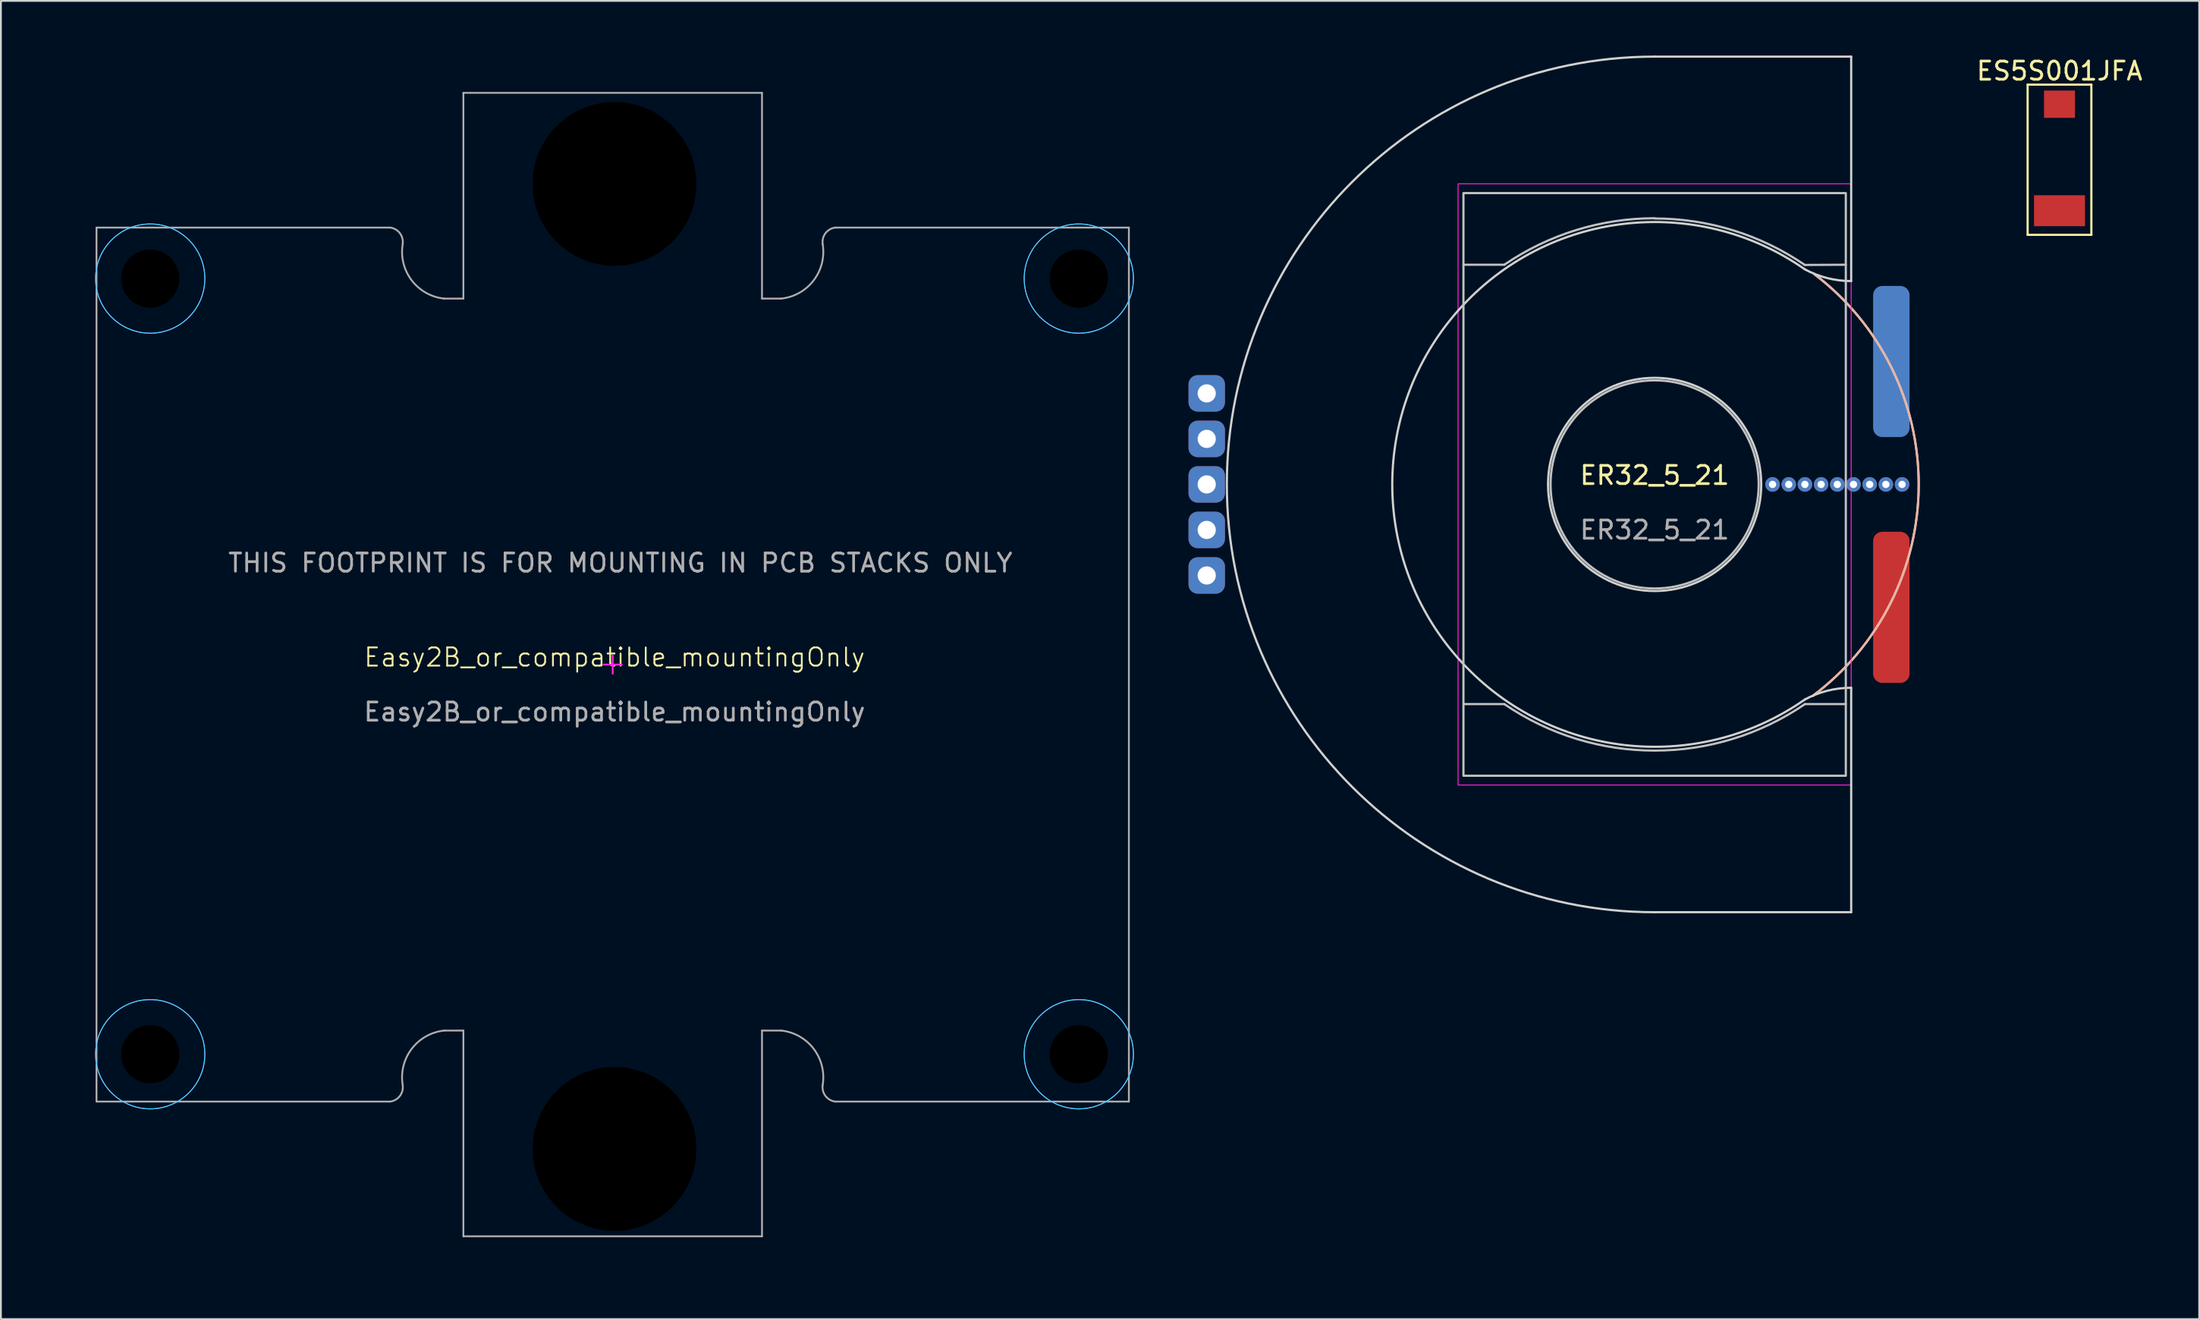
<source format=kicad_pcb>
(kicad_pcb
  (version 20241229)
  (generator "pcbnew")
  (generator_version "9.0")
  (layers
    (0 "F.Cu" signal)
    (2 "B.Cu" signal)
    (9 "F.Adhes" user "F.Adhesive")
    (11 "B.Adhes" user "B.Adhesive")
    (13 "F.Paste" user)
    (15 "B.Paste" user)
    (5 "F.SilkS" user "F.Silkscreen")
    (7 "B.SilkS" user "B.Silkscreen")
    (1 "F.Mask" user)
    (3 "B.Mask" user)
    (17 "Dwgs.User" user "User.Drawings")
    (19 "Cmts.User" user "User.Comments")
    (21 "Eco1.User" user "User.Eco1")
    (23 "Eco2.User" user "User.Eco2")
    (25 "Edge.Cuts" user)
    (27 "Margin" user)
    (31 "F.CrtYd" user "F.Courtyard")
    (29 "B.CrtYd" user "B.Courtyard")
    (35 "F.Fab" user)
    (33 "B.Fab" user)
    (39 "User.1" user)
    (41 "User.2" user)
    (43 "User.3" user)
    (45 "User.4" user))
  (footprint "ER32_5_21"
    (layer "F.Cu")
    (at 87.825 23.555)
    (property "Reference" "ER32_5_21" (at 0 -0.5 0) (unlocked yes) (layer "F.SilkS") (effects (font (size 1 1) (thickness 0.15))))
    (fp_arc (start 8.763 -11.557) (mid 14.503511 0.050867) (end 8.681719 11.618183) (stroke (width 0.12) (type solid)) (layer "F.SilkS"))
    (fp_arc (start 8.763 -11.557) (mid 14.503511 0.050867) (end 8.681719 11.618183) (stroke (width 0.12) (type solid)) (layer "B.SilkS"))
    (fp_line (start -8.255 -12.065) (end -10.5 -12.065) (stroke (width 0.12) (type solid)) (layer "Dwgs.User"))
    (fp_line (start -8.255 12.065) (end -10.5 12.065) (stroke (width 0.12) (type solid)) (layer "Dwgs.User"))
    (fp_line (start 8.247 -12.054) (end 10.5 -12.065) (stroke (width 0.12) (type solid)) (layer "Dwgs.User"))
    (fp_line (start 8.255 12.065) (end 10.5 12.065) (stroke (width 0.12) (type solid)) (layer "Dwgs.User"))
    (fp_rect (start -10.5 -16) (end 10.5 16) (stroke (width 0.12) (type solid)) (fill no) (layer "Dwgs.User"))
    (fp_arc (start -8.255 -12.064999) (mid -4.320501 -13.965762) (end 0 -14.618797) (stroke (width 0.12) (type solid)) (layer "Dwgs.User"))
    (fp_arc (start 0 -14.605) (mid 4.316423 -13.952581) (end 8.247209 -12.053613) (stroke (width 0.12) (type solid)) (layer "Dwgs.User"))
    (fp_arc (start 8.255 12.064999) (mid 0 14.618797) (end -8.255 12.064999) (stroke (width 0.12) (type solid)) (layer "Dwgs.User"))
    (fp_circle (center 0 0) (end 5.715 0) (stroke (width 0.12) (type solid)) (fill no) (layer "Dwgs.User"))
    (fp_line (start 0 -23.495) (end 10.795 -23.495) (stroke (width 0.12) (type solid)) (layer "Edge.Cuts"))
    (fp_line (start 0 23.495) (end 10.795 23.495) (stroke (width 0.12) (type solid)) (layer "Edge.Cuts"))
    (fp_line (start 10.795 -11.168) (end 10.795 -23.495) (stroke (width 0.12) (type solid)) (layer "Edge.Cuts"))
    (fp_line (start 10.795 11.168) (end 10.795 23.495) (stroke (width 0.12) (type solid)) (layer "Edge.Cuts"))
    (fp_arc (start 0 23.495) (mid -23.495 0) (end 0 -23.495) (stroke (width 0.12) (type solid)) (layer "Edge.Cuts"))
    (fp_arc (start 8.255 11.810999) (mid -14.409883 0) (end 8.255 -11.810999) (stroke (width 0.12) (type solid)) (layer "Edge.Cuts"))
    (fp_arc (start 8.255 11.810999) (mid 9.484993 11.331574) (end 10.795 11.168445) (stroke (width 0.12) (type solid)) (layer "Edge.Cuts"))
    (fp_arc (start 10.795 -11.168445) (mid 9.484993 -11.331574) (end 8.255 -11.810999) (stroke (width 0.12) (type solid)) (layer "Edge.Cuts"))
    (fp_circle (center 0 0) (end 5.715 -1.27) (stroke (width 0.12) (type solid)) (fill no) (layer "Edge.Cuts"))
    (fp_rect (start -10.795 -16.51) (end 10.795 16.51) (stroke (width 0.05) (type solid)) (fill no) (layer "F.CrtYd"))
    (fp_text user "${REFERENCE}" (at 0 2.5 0) (unlocked yes) (layer "F.Fab") (effects (font (size 1 1) (thickness 0.15))))
    (pad "1" thru_hole roundrect (at -24.6 -5) (size 2 2) (drill 1) (layers "*.Cu" "*.Mask") (roundrect_rratio 0.25))
    (pad "2" thru_hole roundrect (at -24.6 5) (size 2 2) (drill 1) (layers "*.Cu" "*.Mask") (roundrect_rratio 0.25))
    (pad "3" smd roundrect (at 13 6.75 90) (size 8.3 2) (layers "F.Cu") (roundrect_rratio 0.25))
    (pad "4" smd roundrect (at 13 -6.75 90) (size 8.3 2) (layers "B.Cu") (roundrect_rratio 0.25))
    (pad "M" thru_hole roundrect (at -24.6 0) (size 2 2) (drill 1) (layers "*.Cu" "*.Mask") (roundrect_rratio 0.25))
    (pad "MS" thru_hole circle (at 6.477 0 90) (size 0.8 0.8) (drill 0.4) (layers "*.Cu"))
    (pad "MS" thru_hole circle (at 7.366 0 90) (size 0.8 0.8) (drill 0.4) (layers "*.Cu"))
    (pad "MS" thru_hole circle (at 8.255 0 90) (size 0.8 0.8) (drill 0.4) (layers "*.Cu"))
    (pad "MS" thru_hole circle (at 9.144 0 90) (size 0.8 0.8) (drill 0.4) (layers "*.Cu"))
    (pad "MS" thru_hole circle (at 10.033 0 90) (size 0.8 0.8) (drill 0.4) (layers "*.Cu"))
    (pad "MS" thru_hole circle (at 10.922 0 90) (size 0.8 0.8) (drill 0.4) (layers "*.Cu"))
    (pad "MS" thru_hole circle (at 11.811 0 90) (size 0.8 0.8) (drill 0.4) (layers "*.Cu"))
    (pad "MS" thru_hole circle (at 12.7 0 90) (size 0.8 0.8) (drill 0.4) (layers "*.Cu"))
    (pad "MS" thru_hole circle (at 13.589 0 90) (size 0.8 0.8) (drill 0.4) (layers "*.Cu"))
    (pad "SH+" thru_hole roundrect (at -24.6 -2.5) (size 2 2) (drill 1) (layers "*.Cu" "*.Mask") (roundrect_rratio 0.25))
    (pad "SH-" thru_hole roundrect (at -24.6 2.5) (size 2 2) (drill 1) (layers "*.Cu" "*.Mask") (roundrect_rratio 0.25)))
  (footprint "ES5S001JFA"
    (layer "F.Cu")
    (at 110.061 5.598)
    (property "Reference" "ES5S001JFA" (at 0 -4.75 0) (layer "F.SilkS") (effects (font (size 1 1) (thickness 0.15))))
    (attr through_hole)
    (fp_line (start -1.75 -4) (end 1.75 -4) (stroke (width 0.12) (type solid)) (layer "F.SilkS"))
    (fp_line (start -1.75 4.25) (end -1.75 -4) (stroke (width 0.12) (type solid)) (layer "F.SilkS"))
    (fp_line (start 1.75 -4) (end 1.75 4.25) (stroke (width 0.12) (type solid)) (layer "F.SilkS"))
    (fp_line (start 1.75 4.25) (end -1.75 4.25) (stroke (width 0.12) (type solid)) (layer "F.SilkS"))
    (pad "1" smd rect (at 0 -2.925) (size 1.7 1.5) (layers "F.Cu" "F.Mask" "F.Paste"))
    (pad "1" smd rect (at 0 2.925) (size 2.8 1.7) (layers "F.Cu" "F.Mask" "F.Paste")))
  (footprint "Easy2B_or_compatible_mountingOnly"
    (layer "F.Cu")
    (at 30.7 33.55)
    (property "Reference" "Easy2B_or_compatible_mountingOnly" (at 0 -0.5 0) (unlocked yes) (layer "F.SilkS") (effects (font (size 1 1) (thickness 0.1))))
    (fp_circle (center -25.5 -21.3) (end -22.5 -21.3) (stroke (width 0.05) (type default)) (fill no) (layer "B.CrtYd"))
    (fp_circle (center -25.5 21.3) (end -22.5 21.3) (stroke (width 0.05) (type default)) (fill no) (layer "B.CrtYd"))
    (fp_circle (center 25.5 -21.3) (end 28.5 -21.3) (stroke (width 0.05) (type default)) (fill no) (layer "B.CrtYd"))
    (fp_circle (center 25.5 21.3) (end 28.5 21.3) (stroke (width 0.05) (type default)) (fill no) (layer "B.CrtYd"))
    (fp_line (start -0.6 -0.1) (end 0.4 -0.1) (stroke (width 0.1) (type solid)) (layer "F.CrtYd"))
    (fp_line (start -0.1 0.4) (end -0.1 -0.6) (stroke (width 0.1) (type solid)) (layer "F.CrtYd"))
    (fp_circle (center -25.5 -21.3) (end -28.5 -21.3) (stroke (width 0.05) (type default)) (fill no) (layer "F.CrtYd"))
    (fp_circle (center -25.5 21.3) (end -28.5 21.3) (stroke (width 0.05) (type default)) (fill no) (layer "F.CrtYd"))
    (fp_circle (center 25.5 -21.3) (end 22.5 -21.3) (stroke (width 0.05) (type default)) (fill no) (layer "F.CrtYd"))
    (fp_circle (center 25.5 21.3) (end 22.5 21.3) (stroke (width 0.05) (type default)) (fill no) (layer "F.CrtYd"))
    (fp_line (start -28.45 -24.1) (end -12.317 -24.1) (stroke (width 0.1) (type solid)) (layer "F.Fab"))
    (fp_line (start -28.45 23.9) (end -28.45 -24.1) (stroke (width 0.1) (type solid)) (layer "F.Fab"))
    (fp_line (start -28.45 23.9) (end -12.316 23.9) (stroke (width 0.1) (type solid)) (layer "F.Fab"))
    (fp_line (start -9.354 -20.2) (end -8.3 -20.2) (stroke (width 0.1) (type solid)) (layer "F.Fab"))
    (fp_line (start -9.354 20) (end -8.3 20) (stroke (width 0.1) (type solid)) (layer "F.Fab"))
    (fp_line (start -8.3 -31.5) (end 8.1 -31.5) (stroke (width 0.1) (type solid)) (layer "F.Fab"))
    (fp_line (start -8.3 -20.2) (end -8.3 -31.5) (stroke (width 0.1) (type solid)) (layer "F.Fab"))
    (fp_line (start -8.3 31.3) (end 8.1 31.3) (stroke (width 0.1) (type solid)) (layer "F.Fab"))
    (fp_line (start -8.3 31.3) (end -8.3 20) (stroke (width 0.1) (type solid)) (layer "F.Fab"))
    (fp_line (start 8.1 20) (end 9.153 20) (stroke (width 0.1) (type solid)) (layer "F.Fab"))
    (fp_line (start 8.1 31.3) (end 8.1 20) (stroke (width 0.1) (type solid)) (layer "F.Fab"))
    (fp_line (start 8.1 -20.2) (end 8.1 -31.5) (stroke (width 0.1) (type solid)) (layer "F.Fab"))
    (fp_line (start 8.1 -20.2) (end 9.154 -20.2) (stroke (width 0.1) (type solid)) (layer "F.Fab"))
    (fp_line (start 12.116 23.9) (end 28.25 23.9) (stroke (width 0.1) (type solid)) (layer "F.Fab"))
    (fp_line (start 12.117 -24.1) (end 28.25 -24.1) (stroke (width 0.1) (type solid)) (layer "F.Fab"))
    (fp_line (start 28.25 23.9) (end 28.25 -24.1) (stroke (width 0.1) (type solid)) (layer "F.Fab"))
    (fp_arc (start -12.316141 -24.099958) (mid -11.787874 -23.791635) (end -11.632272 -23.200071) (stroke (width 0.1) (type solid)) (layer "F.Fab"))
    (fp_arc (start -11.633777 22.986121) (mid -11.137681 21.001666) (end -9.3541 20.000163) (stroke (width 0.1) (type solid)) (layer "F.Fab"))
    (fp_arc (start -11.632272 23.000391) (mid -11.787831 23.591981) (end -12.316141 23.900278) (stroke (width 0.1) (type solid)) (layer "F.Fab"))
    (fp_arc (start -9.3541 -20.199853) (mid -11.137682 -21.201356) (end -11.633777 -23.185811) (stroke (width 0.1) (type solid)) (layer "F.Fab"))
    (fp_arc (start 9.1541 20.000163) (mid 10.937669 21.001676) (end 11.433777 22.986121) (stroke (width 0.1) (type solid)) (layer "F.Fab"))
    (fp_arc (start 11.432272 -23.200071) (mid 11.587822 -23.791674) (end 12.116141 -24.099958) (stroke (width 0.1) (type solid)) (layer "F.Fab"))
    (fp_arc (start 11.433777 -23.185811) (mid 10.937681 -21.201356) (end 9.1541 -20.199853) (stroke (width 0.1) (type solid)) (layer "F.Fab"))
    (fp_arc (start 12.116141 23.900278) (mid 11.587865 23.591955) (end 11.432272 23.000391) (stroke (width 0.1) (type solid)) (layer "F.Fab"))
    (fp_text user "THIS FOOTPRINT IS FOR MOUNTING IN PCB STACKS ONLY " (at -21.3 -5.1 0) (unlocked yes) (layer "F.Fab") (effects (font (size 1 1) (thickness 0.15)) (justify left bottom)))
    (fp_text user "${REFERENCE}" (at 0 2.5 0) (unlocked yes) (layer "F.Fab") (effects (font (size 1 1) (thickness 0.15))))
    (fp_text user "Optional, delete on schematic level if in the way too bad" (at -30.7 -32.1 0) (unlocked yes) (layer "User.6") (effects (font (size 1 1) (thickness 0.15)) (justify left bottom)))
    (fp_text user "Optional, delete on schematic level if in the way too bad" (at -24.6 32.6 0) (unlocked yes) (layer "User.6") (effects (font (size 1 1) (thickness 0.15)) (justify left bottom)))
    (pad "" np_thru_hole circle (at -25.5 -21.3) (size 3.2 3.2) (drill 3.2) (layers "*.Mask"))
    (pad "" np_thru_hole circle (at -25.5 21.3) (size 3.2 3.2) (drill 3.2) (layers "*.Mask"))
    (pad "" np_thru_hole circle (at 0 -26.5) (size 9 9) (drill 9) (layers "*.Mask"))
    (pad "" np_thru_hole circle (at 0 26.5) (size 9 9) (drill 9) (layers "*.Mask"))
    (pad "" np_thru_hole circle (at 25.5 -21.3) (size 3.2 3.2) (drill 3.2) (layers "*.Mask"))
    (pad "" np_thru_hole circle (at 25.5 21.3) (size 3.2 3.2) (drill 3.2) (layers "*.Mask")))
  (gr_rect
    (start -3 -3)
    (end 117.734 69.397)
    (stroke (width 0.1) (type default))
    (fill no)
    (layer "Edge.Cuts")))
</source>
